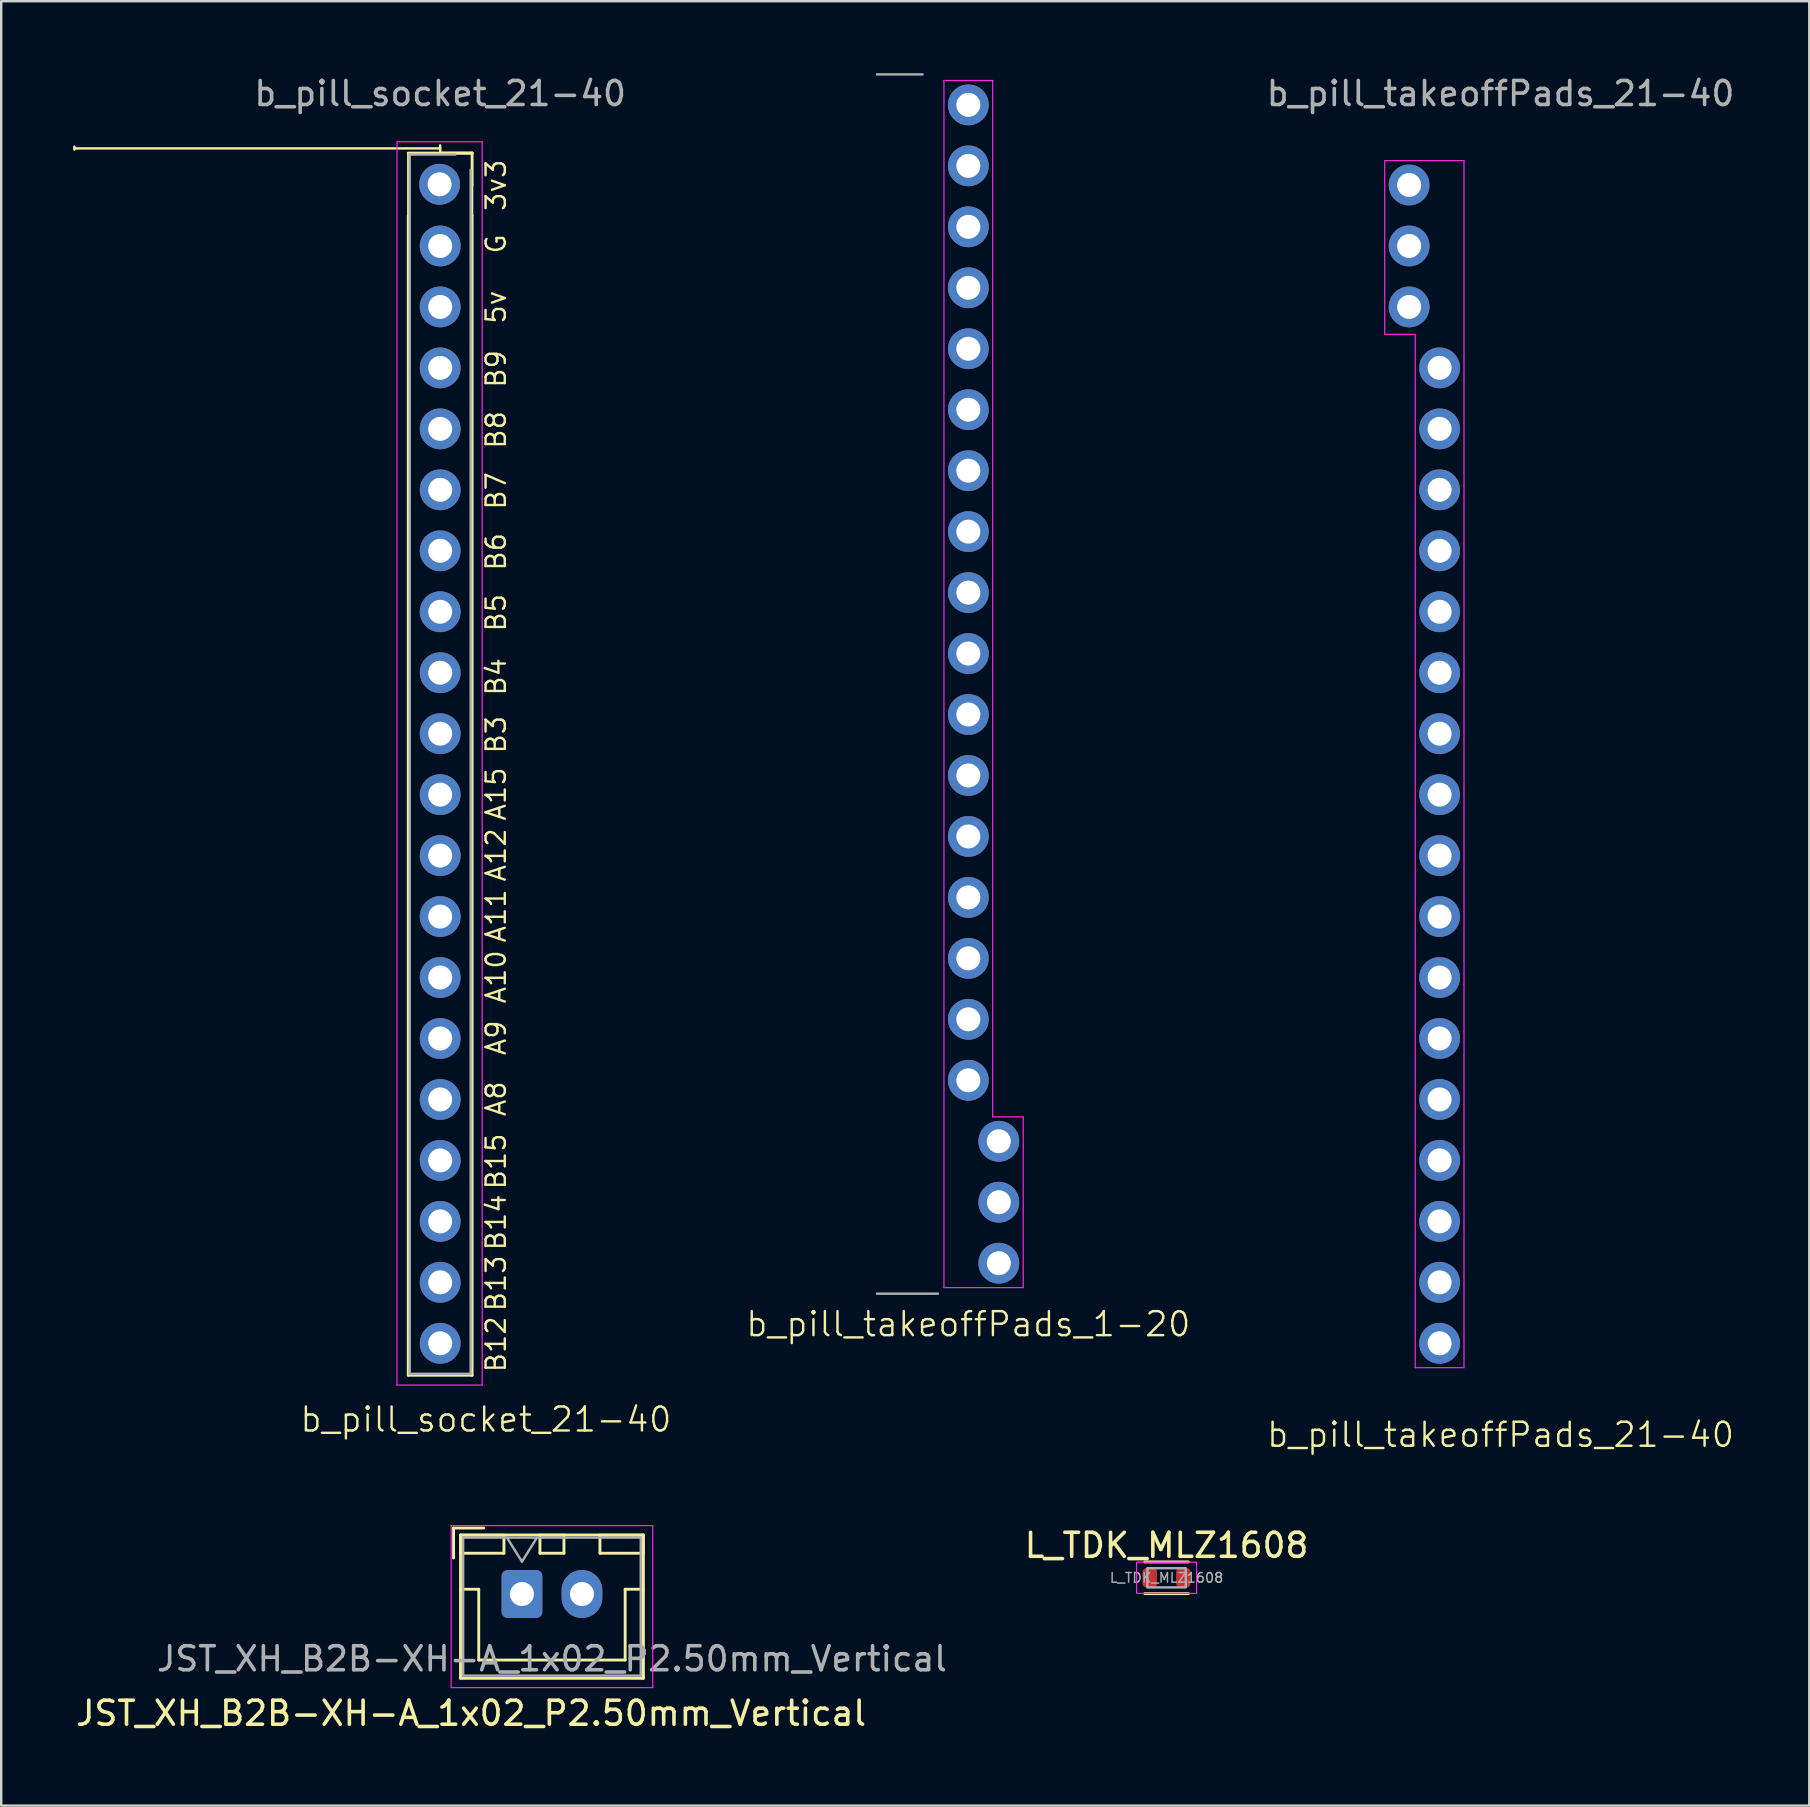
<source format=kicad_pcb>
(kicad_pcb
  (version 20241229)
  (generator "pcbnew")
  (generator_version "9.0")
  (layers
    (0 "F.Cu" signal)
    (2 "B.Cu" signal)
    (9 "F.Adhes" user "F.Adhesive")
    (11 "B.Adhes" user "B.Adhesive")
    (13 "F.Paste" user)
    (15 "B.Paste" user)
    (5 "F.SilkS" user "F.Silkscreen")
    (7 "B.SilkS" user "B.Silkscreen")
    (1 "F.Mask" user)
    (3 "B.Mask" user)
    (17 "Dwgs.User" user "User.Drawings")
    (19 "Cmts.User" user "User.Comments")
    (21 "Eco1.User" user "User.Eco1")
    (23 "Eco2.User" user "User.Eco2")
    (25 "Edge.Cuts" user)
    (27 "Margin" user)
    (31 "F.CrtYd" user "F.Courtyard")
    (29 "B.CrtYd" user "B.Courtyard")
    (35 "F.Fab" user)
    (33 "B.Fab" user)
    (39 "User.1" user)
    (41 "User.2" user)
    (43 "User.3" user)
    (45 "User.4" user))
  (footprint "JST_XH_B2B-XH-A_1x02_P2.50mm_Vertical"
    (layer "F.Cu")
    (at 18.697 63.364)
    (property "Reference" "JST_XH_B2B-XH-A_1x02_P2.50mm_Vertical" (at -2.119 4.968 0) (layer "F.SilkS") (effects (font (size 1 1) (thickness 0.15))))
    (attr through_hole)
    (fp_line (start -2.85 -2.75) (end -2.85 -1.5) (stroke (width 0.12) (type solid)) (layer "F.SilkS"))
    (fp_line (start -2.56 -2.46) (end -2.56 3.51) (stroke (width 0.12) (type solid)) (layer "F.SilkS"))
    (fp_line (start -2.56 3.51) (end 5.06 3.51) (stroke (width 0.12) (type solid)) (layer "F.SilkS"))
    (fp_line (start -2.55 -2.45) (end -2.55 -1.7) (stroke (width 0.12) (type solid)) (layer "F.SilkS"))
    (fp_line (start -2.55 -1.7) (end -0.75 -1.7) (stroke (width 0.12) (type solid)) (layer "F.SilkS"))
    (fp_line (start -2.55 -0.2) (end -1.8 -0.2) (stroke (width 0.12) (type solid)) (layer "F.SilkS"))
    (fp_line (start -1.8 -0.2) (end -1.8 2.75) (stroke (width 0.12) (type solid)) (layer "F.SilkS"))
    (fp_line (start -1.8 2.75) (end 1.25 2.75) (stroke (width 0.12) (type solid)) (layer "F.SilkS"))
    (fp_line (start -1.6 -2.75) (end -2.85 -2.75) (stroke (width 0.12) (type solid)) (layer "F.SilkS"))
    (fp_line (start -0.75 -2.45) (end -2.55 -2.45) (stroke (width 0.12) (type solid)) (layer "F.SilkS"))
    (fp_line (start -0.75 -1.7) (end -0.75 -2.45) (stroke (width 0.12) (type solid)) (layer "F.SilkS"))
    (fp_line (start 0.75 -2.45) (end 0.75 -1.7) (stroke (width 0.12) (type solid)) (layer "F.SilkS"))
    (fp_line (start 0.75 -1.7) (end 1.75 -1.7) (stroke (width 0.12) (type solid)) (layer "F.SilkS"))
    (fp_line (start 1.75 -2.45) (end 0.75 -2.45) (stroke (width 0.12) (type solid)) (layer "F.SilkS"))
    (fp_line (start 1.75 -1.7) (end 1.75 -2.45) (stroke (width 0.12) (type solid)) (layer "F.SilkS"))
    (fp_line (start 3.25 -2.45) (end 3.25 -1.7) (stroke (width 0.12) (type solid)) (layer "F.SilkS"))
    (fp_line (start 3.25 -1.7) (end 5.05 -1.7) (stroke (width 0.12) (type solid)) (layer "F.SilkS"))
    (fp_line (start 4.3 -0.2) (end 4.3 2.75) (stroke (width 0.12) (type solid)) (layer "F.SilkS"))
    (fp_line (start 4.3 2.75) (end 1.25 2.75) (stroke (width 0.12) (type solid)) (layer "F.SilkS"))
    (fp_line (start 5.05 -2.45) (end 3.25 -2.45) (stroke (width 0.12) (type solid)) (layer "F.SilkS"))
    (fp_line (start 5.05 -1.7) (end 5.05 -2.45) (stroke (width 0.12) (type solid)) (layer "F.SilkS"))
    (fp_line (start 5.05 -0.2) (end 4.3 -0.2) (stroke (width 0.12) (type solid)) (layer "F.SilkS"))
    (fp_line (start 5.06 -2.46) (end -2.56 -2.46) (stroke (width 0.12) (type solid)) (layer "F.SilkS"))
    (fp_line (start 5.06 3.51) (end 5.06 -2.46) (stroke (width 0.12) (type solid)) (layer "F.SilkS"))
    (fp_line (start -2.95 -2.85) (end -2.95 3.9) (stroke (width 0.05) (type solid)) (layer "F.CrtYd"))
    (fp_line (start -2.95 3.9) (end 5.45 3.9) (stroke (width 0.05) (type solid)) (layer "F.CrtYd"))
    (fp_line (start 5.45 -2.85) (end -2.95 -2.85) (stroke (width 0.05) (type solid)) (layer "F.CrtYd"))
    (fp_line (start 5.45 3.9) (end 5.45 -2.85) (stroke (width 0.05) (type solid)) (layer "F.CrtYd"))
    (fp_line (start -2.45 -2.35) (end -2.45 3.4) (stroke (width 0.1) (type solid)) (layer "F.Fab"))
    (fp_line (start -2.45 3.4) (end 4.95 3.4) (stroke (width 0.1) (type solid)) (layer "F.Fab"))
    (fp_line (start -0.625 -2.35) (end 0 -1.35) (stroke (width 0.1) (type solid)) (layer "F.Fab"))
    (fp_line (start 0 -1.35) (end 0.625 -2.35) (stroke (width 0.1) (type solid)) (layer "F.Fab"))
    (fp_line (start 4.95 -2.35) (end -2.45 -2.35) (stroke (width 0.1) (type solid)) (layer "F.Fab"))
    (fp_line (start 4.95 3.4) (end 4.95 -2.35) (stroke (width 0.1) (type solid)) (layer "F.Fab"))
    (fp_text user "${REFERENCE}" (at 1.25 2.7 0) (layer "F.Fab") (effects (font (size 1 1) (thickness 0.15))))
    (pad "1" thru_hole roundrect (at 0 0) (size 1.7 2) (drill 1) (layers "*.Cu" "*.Mask") (roundrect_rratio 0.147))
    (pad "2" thru_hole oval (at 2.5 0) (size 1.7 2) (drill 1) (layers "*.Cu" "*.Mask")))
  (footprint "b_pill_socket_21-40"
    (layer "F.Cu")
    (at 15.29 28.788)
    (property "Reference" "b_pill_socket_21-40" (at 1.905 27.305 0) (unlocked yes) (layer "F.SilkS") (effects (font (size 1 1) (thickness 0.1))))
    (attr through_hole)
    (fp_line (start -15.24 -25.73) (end -15.24 -25.603) (stroke (width 0.1) (type default)) (layer "F.SilkS"))
    (fp_line (start -1.33 -25.46) (end -1.33 -22.86) (stroke (width 0.1) (type default)) (layer "F.SilkS"))
    (fp_line (start -1.33 -25.46) (end 1.33 -25.46) (stroke (width 0.12) (type solid)) (layer "F.SilkS"))
    (fp_line (start -1.33 -22.86) (end -1.33 25.46) (stroke (width 0.12) (type solid)) (layer "F.SilkS"))
    (fp_line (start -1.33 25.46) (end 1.33 25.46) (stroke (width 0.12) (type solid)) (layer "F.SilkS"))
    (fp_line (start 0 -25.781) (end 0 -25.527) (stroke (width 0.1) (type default)) (layer "F.SilkS"))
    (fp_line (start 0 -25.654) (end -15.24 -25.654) (stroke (width 0.1) (type default)) (layer "F.SilkS"))
    (fp_line (start 0 -25.46) (end 1.33 -25.46) (stroke (width 0.12) (type solid)) (layer "F.SilkS"))
    (fp_line (start 1.33 -25.46) (end 1.33 -24.13) (stroke (width 0.12) (type solid)) (layer "F.SilkS"))
    (fp_line (start 1.33 -24.13) (end 1.33 -22.86) (stroke (width 0.1) (type default)) (layer "F.SilkS"))
    (fp_line (start 1.33 -22.86) (end 1.33 25.46) (stroke (width 0.12) (type solid)) (layer "F.SilkS"))
    (fp_line (start -1.8 -25.93) (end 1.75 -25.93) (stroke (width 0.05) (type solid)) (layer "F.CrtYd"))
    (fp_line (start -1.8 25.87) (end -1.8 -25.93) (stroke (width 0.05) (type solid)) (layer "F.CrtYd"))
    (fp_line (start 1.75 -25.93) (end 1.75 25.87) (stroke (width 0.05) (type solid)) (layer "F.CrtYd"))
    (fp_line (start 1.75 25.87) (end -1.8 25.87) (stroke (width 0.05) (type solid)) (layer "F.CrtYd"))
    (fp_line (start -1.27 -25.4) (end 0.635 -25.4) (stroke (width 0.1) (type solid)) (layer "F.Fab"))
    (fp_line (start -1.27 25.4) (end -1.27 -25.4) (stroke (width 0.1) (type solid)) (layer "F.Fab"))
    (fp_line (start 1.27 -24.765) (end 1.27 25.4) (stroke (width 0.1) (type solid)) (layer "F.Fab"))
    (fp_line (start 1.27 25.4) (end -1.27 25.4) (stroke (width 0.1) (type solid)) (layer "F.Fab"))
    (fp_text user "A10" (at 2.794 10.033 90) (unlocked yes) (layer "F.SilkS") (effects (font (size 0.8 0.8) (thickness 0.1)) (justify left bottom)))
    (fp_text user "B14" (at 2.794 20.32 90) (unlocked yes) (layer "F.SilkS") (effects (font (size 0.8 0.8) (thickness 0.1)) (justify left bottom)))
    (fp_text user "B7" (at 2.794 -10.541 90) (unlocked yes) (layer "F.SilkS") (effects (font (size 0.8 0.8) (thickness 0.1)) (justify left bottom)))
    (fp_text user "A15" (at 2.794 2.413 90) (unlocked yes) (layer "F.SilkS") (effects (font (size 0.8 0.8) (thickness 0.1)) (justify left bottom)))
    (fp_text user "B13" (at 2.794 22.86 90) (unlocked yes) (layer "F.SilkS") (effects (font (size 0.8 0.8) (thickness 0.1)) (justify left bottom)))
    (fp_text user "B5" (at 2.794 -5.461 90) (unlocked yes) (layer "F.SilkS") (effects (font (size 0.8 0.8) (thickness 0.1)) (justify left bottom)))
    (fp_text user "3v3" (at 2.794 -22.987 90) (unlocked yes) (layer "F.SilkS") (effects (font (size 0.8 0.8) (thickness 0.1)) (justify left bottom)))
    (fp_text user "B3" (at 2.794 -0.381 90) (unlocked yes) (layer "F.SilkS") (effects (font (size 0.8 0.8) (thickness 0.1)) (justify left bottom)))
    (fp_text user "B6" (at 2.794 -8.001 90) (unlocked yes) (layer "F.SilkS") (effects (font (size 0.8 0.8) (thickness 0.1)) (justify left bottom)))
    (fp_text user "A11" (at 2.794 7.493 90) (unlocked yes) (layer "F.SilkS") (effects (font (size 0.8 0.8) (thickness 0.1)) (justify left bottom)))
    (fp_text user "B15" (at 2.794 17.78 90) (unlocked yes) (layer "F.SilkS") (effects (font (size 0.8 0.8) (thickness 0.1)) (justify left bottom)))
    (fp_text user "B4" (at 2.794 -2.794 90) (unlocked yes) (layer "F.SilkS") (effects (font (size 0.8 0.8) (thickness 0.1)) (justify left bottom)))
    (fp_text user "B8" (at 2.794 -13.081 90) (unlocked yes) (layer "F.SilkS") (effects (font (size 0.8 0.8) (thickness 0.1)) (justify left bottom)))
    (fp_text user "5v" (at 2.794 -18.288 90) (unlocked yes) (layer "F.SilkS") (effects (font (size 0.8 0.8) (thickness 0.1)) (justify left bottom)))
    (fp_text user "A9" (at 2.794 12.192 90) (unlocked yes) (layer "F.SilkS") (effects (font (size 0.8 0.8) (thickness 0.1)) (justify left bottom)))
    (fp_text user "G" (at 2.794 -21.209 90) (unlocked yes) (layer "F.SilkS") (effects (font (size 0.8 0.8) (thickness 0.1)) (justify left bottom)))
    (fp_text user "A8" (at 2.794 14.732 90) (unlocked yes) (layer "F.SilkS") (effects (font (size 0.8 0.8) (thickness 0.1)) (justify left bottom)))
    (fp_text user "A12" (at 2.794 4.953 90) (unlocked yes) (layer "F.SilkS") (effects (font (size 0.8 0.8) (thickness 0.1)) (justify left bottom)))
    (fp_text user "B9" (at 2.794 -15.621 90) (unlocked yes) (layer "F.SilkS") (effects (font (size 0.8 0.8) (thickness 0.1)) (justify left bottom)))
    (fp_text user "B12" (at 2.794 25.4 90) (unlocked yes) (layer "F.SilkS") (effects (font (size 0.8 0.8) (thickness 0.1)) (justify left bottom)))
    (fp_text user "${REFERENCE}" (at 0 -27.94 0) (unlocked yes) (layer "F.Fab") (effects (font (size 1 1) (thickness 0.15))))
    (pad "21" thru_hole oval (at 0 24.13) (size 1.7 1.7) (drill 1) (layers "*.Cu" "*.Mask"))
    (pad "22" thru_hole oval (at 0 21.59) (size 1.7 1.7) (drill 1) (layers "*.Cu" "*.Mask"))
    (pad "23" thru_hole oval (at 0 19.05) (size 1.7 1.7) (drill 1) (layers "*.Cu" "*.Mask"))
    (pad "24" thru_hole oval (at 0 16.51) (size 1.7 1.7) (drill 1) (layers "*.Cu" "*.Mask"))
    (pad "25" thru_hole oval (at 0 13.97) (size 1.7 1.7) (drill 1) (layers "*.Cu" "*.Mask"))
    (pad "26" thru_hole oval (at 0 11.43) (size 1.7 1.7) (drill 1) (layers "*.Cu" "*.Mask"))
    (pad "27" thru_hole oval (at 0 8.89) (size 1.7 1.7) (drill 1) (layers "*.Cu" "*.Mask"))
    (pad "28" thru_hole oval (at 0 6.35) (size 1.7 1.7) (drill 1) (layers "*.Cu" "*.Mask"))
    (pad "29" thru_hole oval (at 0 3.81) (size 1.7 1.7) (drill 1) (layers "*.Cu" "*.Mask"))
    (pad "30" thru_hole oval (at 0 1.27) (size 1.7 1.7) (drill 1) (layers "*.Cu" "*.Mask"))
    (pad "31" thru_hole oval (at 0 -1.27) (size 1.7 1.7) (drill 1) (layers "*.Cu" "*.Mask"))
    (pad "32" thru_hole oval (at 0 -3.81) (size 1.7 1.7) (drill 1) (layers "*.Cu" "*.Mask"))
    (pad "33" thru_hole oval (at 0 -6.35) (size 1.7 1.7) (drill 1) (layers "*.Cu" "*.Mask"))
    (pad "34" thru_hole oval (at 0 -8.89) (size 1.7 1.7) (drill 1) (layers "*.Cu" "*.Mask"))
    (pad "35" thru_hole oval (at 0 -11.43) (size 1.7 1.7) (drill 1) (layers "*.Cu" "*.Mask"))
    (pad "36" thru_hole oval (at 0 -13.97) (size 1.7 1.7) (drill 1) (layers "*.Cu" "*.Mask"))
    (pad "37" thru_hole oval (at 0 -16.51) (size 1.7 1.7) (drill 1) (layers "*.Cu" "*.Mask"))
    (pad "38" thru_hole oval (at 0 -19.05) (size 1.7 1.7) (drill 1) (layers "*.Cu" "*.Mask"))
    (pad "39" thru_hole oval (at 0 -21.59) (size 1.7 1.7) (drill 1) (layers "*.Cu" "*.Mask"))
    (pad "40" thru_hole oval (at -0.025 -24.16) (size 1.7 1.7) (drill 1) (layers "*.Cu" "*.Mask")))
  (footprint "L_TDK_MLZ1608"
    (layer "F.Cu")
    (at 45.554 62.687)
    (property "Reference" "L_TDK_MLZ1608" (at 0 -1.35 0) (layer "F.SilkS") (effects (font (size 1 1) (thickness 0.15))))
    (attr smd)
    (fp_line (start -0.91 -0.66) (end 0.91 -0.66) (stroke (width 0.12) (type solid)) (layer "F.SilkS"))
    (fp_line (start 0.91 0.66) (end -0.91 0.66) (stroke (width 0.12) (type solid)) (layer "F.SilkS"))
    (fp_rect (start -1.25 -0.65) (end 1.25 0.65) (stroke (width 0.05) (type solid)) (fill no) (layer "F.CrtYd"))
    (fp_rect (start -0.8 -0.4) (end 0.8 0.4) (stroke (width 0.1) (type solid)) (fill no) (layer "F.Fab"))
    (fp_text user "${REFERENCE}" (at 0 0 0) (layer "F.Fab") (effects (font (size 0.4 0.4) (thickness 0.06))))
    (pad "1" smd roundrect (at -0.7 0) (size 0.6 0.8) (layers "F.Cu" "F.Mask" "F.Paste") (roundrect_rratio 0.25))
    (pad "2" smd roundrect (at 0.7 0) (size 0.6 0.8) (layers "F.Cu" "F.Mask" "F.Paste") (roundrect_rratio 0.25)))
  (footprint "b_pill_takeoffPads_21-40"
    (layer "F.Cu")
    (at 56.93 28.788)
    (property "Reference" "b_pill_takeoffPads_21-40" (at 2.54 27.94 0) (unlocked yes) (layer "F.SilkS") (effects (font (size 1 1) (thickness 0.1))))
    (attr through_hole)
    (fp_line (start -2.286 -25.146) (end -2.286 -17.907) (stroke (width 0.05) (type default)) (layer "F.CrtYd"))
    (fp_line (start -2.286 -17.907) (end -1.016 -17.907) (stroke (width 0.05) (type default)) (layer "F.CrtYd"))
    (fp_line (start -1.016 -17.907) (end -1.016 25.146) (stroke (width 0.05) (type default)) (layer "F.CrtYd"))
    (fp_line (start -1.016 25.146) (end 1.016 25.146) (stroke (width 0.05) (type default)) (layer "F.CrtYd"))
    (fp_line (start 1.016 -25.146) (end -2.286 -25.146) (stroke (width 0.05) (type default)) (layer "F.CrtYd"))
    (fp_line (start 1.016 25.146) (end 1.016 -25.146) (stroke (width 0.05) (type default)) (layer "F.CrtYd"))
    (fp_text user "${REFERENCE}" (at 2.54 -27.94 0) (unlocked yes) (layer "F.Fab") (effects (font (size 1 1) (thickness 0.15))))
    (pad "21" thru_hole oval (at 0 24.13) (size 1.7 1.7) (drill 1) (layers "*.Cu"))
    (pad "22" thru_hole oval (at 0 21.59) (size 1.7 1.7) (drill 1) (layers "*.Cu"))
    (pad "23" thru_hole oval (at 0 19.05) (size 1.7 1.7) (drill 1) (layers "*.Cu"))
    (pad "24" thru_hole oval (at 0 16.51) (size 1.7 1.7) (drill 1) (layers "*.Cu"))
    (pad "25" thru_hole oval (at 0 13.97) (size 1.7 1.7) (drill 1) (layers "*.Cu"))
    (pad "26" thru_hole oval (at 0 11.43) (size 1.7 1.7) (drill 1) (layers "*.Cu"))
    (pad "27" thru_hole oval (at 0 8.89) (size 1.7 1.7) (drill 1) (layers "*.Cu"))
    (pad "28" thru_hole oval (at 0 6.35) (size 1.7 1.7) (drill 1) (layers "*.Cu"))
    (pad "29" thru_hole oval (at 0 3.81) (size 1.7 1.7) (drill 1) (layers "*.Cu"))
    (pad "30" thru_hole oval (at 0 1.27) (size 1.7 1.7) (drill 1) (layers "*.Cu"))
    (pad "31" thru_hole oval (at 0 -1.27) (size 1.7 1.7) (drill 1) (layers "*.Cu"))
    (pad "32" thru_hole oval (at 0 -3.81) (size 1.7 1.7) (drill 1) (layers "*.Cu"))
    (pad "33" thru_hole oval (at 0 -6.35) (size 1.7 1.7) (drill 1) (layers "*.Cu"))
    (pad "34" thru_hole oval (at 0 -8.89) (size 1.7 1.7) (drill 1) (layers "*.Cu"))
    (pad "35" thru_hole oval (at 0 -11.43) (size 1.7 1.7) (drill 1) (layers "*.Cu"))
    (pad "36" thru_hole oval (at 0 -13.97) (size 1.7 1.7) (drill 1) (layers "*.Cu"))
    (pad "37" thru_hole oval (at 0 -16.51) (size 1.7 1.7) (drill 1) (layers "*.Cu"))
    (pad "38" thru_hole oval (at -1.27 -19.05) (size 1.7 1.7) (drill 1) (layers "*.Cu"))
    (pad "39" thru_hole oval (at -1.27 -21.59) (size 1.7 1.7) (drill 1) (layers "*.Cu"))
    (pad "40" thru_hole oval (at -1.27 -24.13) (size 1.7 1.7) (drill 1) (layers "*.Cu")))
  (footprint "b_pill_takeoffPads_1-20"
    (layer "F.Cu")
    (at 42.375 25.45)
    (property "Reference" "b_pill_takeoffPads_1-20" (at -5.08 26.67 0) (unlocked yes) (layer "F.SilkS") (effects (font (size 1 1) (thickness 0.1))))
    (attr through_hole)
    (fp_line (start -6.096 -25.146) (end -6.096 25.146) (stroke (width 0.05) (type default)) (layer "F.CrtYd"))
    (fp_line (start -6.096 25.146) (end -2.794 25.146) (stroke (width 0.05) (type default)) (layer "F.CrtYd"))
    (fp_line (start -4.064 -25.146) (end -6.096 -25.146) (stroke (width 0.05) (type default)) (layer "F.CrtYd"))
    (fp_line (start -4.064 18.034) (end -4.064 -25.146) (stroke (width 0.05) (type default)) (layer "F.CrtYd"))
    (fp_line (start -2.794 18.034) (end -4.064 18.034) (stroke (width 0.05) (type default)) (layer "F.CrtYd"))
    (fp_line (start -2.794 25.146) (end -2.794 18.034) (stroke (width 0.05) (type default)) (layer "F.CrtYd"))
    (fp_line (start -8.89 -25.4) (end -6.985 -25.4) (stroke (width 0.1) (type solid)) (layer "F.Fab"))
    (fp_line (start -6.35 25.4) (end -8.89 25.4) (stroke (width 0.1) (type solid)) (layer "F.Fab"))
    (pad "1" thru_hole oval (at -5.08 -24.13) (size 1.7 1.7) (drill 1) (layers "*.Cu"))
    (pad "2" thru_hole oval (at -5.08 -21.59) (size 1.7 1.7) (drill 1) (layers "*.Cu"))
    (pad "3" thru_hole oval (at -5.08 -19.05) (size 1.7 1.7) (drill 1) (layers "*.Cu"))
    (pad "4" thru_hole oval (at -5.08 -16.51) (size 1.7 1.7) (drill 1) (layers "*.Cu"))
    (pad "5" thru_hole oval (at -5.08 -13.97) (size 1.7 1.7) (drill 1) (layers "*.Cu"))
    (pad "6" thru_hole oval (at -5.08 -11.43) (size 1.7 1.7) (drill 1) (layers "*.Cu"))
    (pad "7" thru_hole oval (at -5.08 -8.89) (size 1.7 1.7) (drill 1) (layers "*.Cu"))
    (pad "8" thru_hole oval (at -5.08 -6.35) (size 1.7 1.7) (drill 1) (layers "*.Cu"))
    (pad "9" thru_hole oval (at -5.08 -3.81) (size 1.7 1.7) (drill 1) (layers "*.Cu"))
    (pad "10" thru_hole oval (at -5.08 -1.27) (size 1.7 1.7) (drill 1) (layers "*.Cu"))
    (pad "11" thru_hole oval (at -5.08 1.27) (size 1.7 1.7) (drill 1) (layers "*.Cu"))
    (pad "12" thru_hole oval (at -5.08 3.81) (size 1.7 1.7) (drill 1) (layers "*.Cu"))
    (pad "13" thru_hole oval (at -5.08 6.35) (size 1.7 1.7) (drill 1) (layers "*.Cu"))
    (pad "14" thru_hole oval (at -5.08 8.89) (size 1.7 1.7) (drill 1) (layers "*.Cu"))
    (pad "15" thru_hole oval (at -5.08 11.43) (size 1.7 1.7) (drill 1) (layers "*.Cu"))
    (pad "16" thru_hole oval (at -5.08 13.97) (size 1.7 1.7) (drill 1) (layers "*.Cu"))
    (pad "17" thru_hole oval (at -5.08 16.51) (size 1.7 1.7) (drill 1) (layers "*.Cu"))
    (pad "18" thru_hole oval (at -3.81 19.05) (size 1.7 1.7) (drill 1) (layers "*.Cu"))
    (pad "19" thru_hole oval (at -3.81 21.59) (size 1.7 1.7) (drill 1) (layers "*.Cu"))
    (pad "20" thru_hole oval (at -3.81 24.13) (size 1.7 1.7) (drill 1) (layers "*.Cu")))
  (gr_rect
    (start -3 -3)
    (end 72.333 72.18)
    (stroke (width 0.1) (type default))
    (fill no)
    (layer "Edge.Cuts")))
</source>
